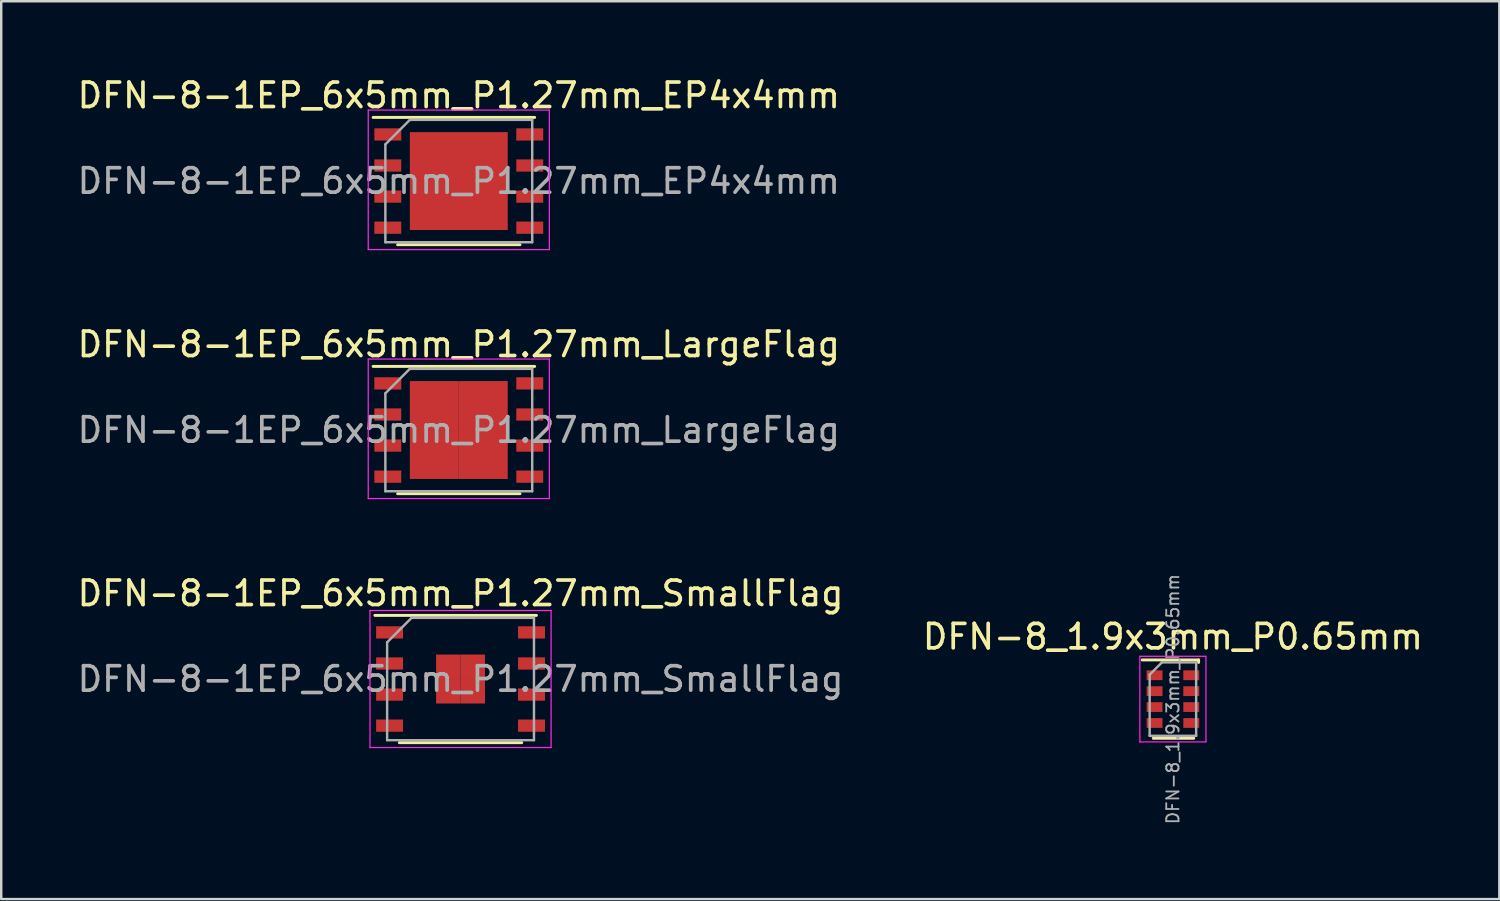
<source format=kicad_pcb>
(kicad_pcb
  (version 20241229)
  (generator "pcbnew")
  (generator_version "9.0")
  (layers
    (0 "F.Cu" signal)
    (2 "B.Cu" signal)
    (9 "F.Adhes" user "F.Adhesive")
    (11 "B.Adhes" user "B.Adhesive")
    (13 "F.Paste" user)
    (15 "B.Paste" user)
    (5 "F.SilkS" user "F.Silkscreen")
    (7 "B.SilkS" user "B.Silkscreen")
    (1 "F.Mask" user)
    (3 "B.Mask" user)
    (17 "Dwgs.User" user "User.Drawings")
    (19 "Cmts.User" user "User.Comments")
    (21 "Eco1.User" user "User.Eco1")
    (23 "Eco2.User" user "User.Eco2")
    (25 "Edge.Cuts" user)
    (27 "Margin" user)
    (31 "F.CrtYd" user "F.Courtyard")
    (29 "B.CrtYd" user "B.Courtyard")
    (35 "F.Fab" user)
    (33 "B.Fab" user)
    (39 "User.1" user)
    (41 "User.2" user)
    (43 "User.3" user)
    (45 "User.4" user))
  (footprint "DFN-8_1.9x3mm_P0.65mm"
    (layer "F.Cu")
    (at 44.875 25.516)
    (property "Reference" "DFN-8_1.9x3mm_P0.65mm" (at 0 -2.55 0) (layer "F.SilkS") (effects (font (size 1 1) (thickness 0.15))))
    (attr smd)
    (fp_line (start -1.25 -1.6) (end 1.05 -1.6) (stroke (width 0.12) (type solid)) (layer "F.SilkS"))
    (fp_line (start -0.8 1.6) (end 0.85 1.6) (stroke (width 0.12) (type solid)) (layer "F.SilkS"))
    (fp_line (start 1.05 -1.6) (end 1.05 -1.5) (stroke (width 0.12) (type solid)) (layer "F.SilkS"))
    (fp_line (start -1.35 -1.75) (end -1.35 1.75) (stroke (width 0.05) (type solid)) (layer "F.CrtYd"))
    (fp_line (start -1.35 -1.75) (end 1.35 -1.75) (stroke (width 0.05) (type solid)) (layer "F.CrtYd"))
    (fp_line (start -1.35 1.75) (end 1.35 1.75) (stroke (width 0.05) (type solid)) (layer "F.CrtYd"))
    (fp_line (start 1.35 -1.75) (end 1.35 1.75) (stroke (width 0.05) (type solid)) (layer "F.CrtYd"))
    (fp_line (start -0.95 -1) (end -0.45 -1.5) (stroke (width 0.1) (type solid)) (layer "F.Fab"))
    (fp_line (start -0.95 1.5) (end -0.95 -1) (stroke (width 0.1) (type solid)) (layer "F.Fab"))
    (fp_line (start -0.45 -1.5) (end 0.95 -1.5) (stroke (width 0.1) (type solid)) (layer "F.Fab"))
    (fp_line (start 0.95 -1.5) (end 0.95 1.5) (stroke (width 0.1) (type solid)) (layer "F.Fab"))
    (fp_line (start 0.95 1.5) (end -0.95 1.5) (stroke (width 0.1) (type solid)) (layer "F.Fab"))
    (fp_text user "${REFERENCE}" (at 0 0 90) (layer "F.Fab") (effects (font (size 0.5 0.5) (thickness 0.075))))
    (pad "1" smd rect (at -0.75 -0.975) (size 0.65 0.4) (layers "F.Cu" "F.Mask" "F.Paste"))
    (pad "2" smd rect (at -0.75 -0.325) (size 0.65 0.4) (layers "F.Cu" "F.Mask" "F.Paste"))
    (pad "3" smd rect (at -0.75 0.325) (size 0.65 0.4) (layers "F.Cu" "F.Mask" "F.Paste"))
    (pad "4" smd rect (at -0.75 0.975) (size 0.65 0.4) (layers "F.Cu" "F.Mask" "F.Paste"))
    (pad "5" smd rect (at 0.75 0.975) (size 0.65 0.4) (layers "F.Cu" "F.Mask" "F.Paste"))
    (pad "6" smd rect (at 0.75 0.325) (size 0.65 0.4) (layers "F.Cu" "F.Mask" "F.Paste"))
    (pad "7" smd rect (at 0.75 -0.325) (size 0.65 0.4) (layers "F.Cu" "F.Mask" "F.Paste"))
    (pad "8" smd rect (at 0.75 -0.975) (size 0.65 0.4) (layers "F.Cu" "F.Mask" "F.Paste")))
  (footprint "DFN-8-1EP_6x5mm_P1.27mm_LargeFlag"
    (layer "F.Cu")
    (at 15.696 14.521)
    (property "Reference" "DFN-8-1EP_6x5mm_P1.27mm_LargeFlag" (at 0 -3.5 0) (layer "F.SilkS") (effects (font (size 1 1) (thickness 0.15))))
    (attr smd)
    (fp_line (start -3.5 -2.6) (end 3.1 -2.6) (stroke (width 0.12) (type solid)) (layer "F.SilkS"))
    (fp_line (start -2.5 2.6) (end 2.5 2.6) (stroke (width 0.12) (type solid)) (layer "F.SilkS"))
    (fp_line (start -3.7 -2.9) (end 3.7 -2.9) (stroke (width 0.05) (type solid)) (layer "F.CrtYd"))
    (fp_line (start -3.7 2.8) (end -3.7 -2.9) (stroke (width 0.05) (type solid)) (layer "F.CrtYd"))
    (fp_line (start 3.7 -2.9) (end 3.7 2.8) (stroke (width 0.05) (type solid)) (layer "F.CrtYd"))
    (fp_line (start 3.7 2.8) (end -3.7 2.8) (stroke (width 0.05) (type solid)) (layer "F.CrtYd"))
    (fp_line (start -3 2.5) (end -3 -1.5) (stroke (width 0.1) (type solid)) (layer "F.Fab"))
    (fp_line (start -2 -2.5) (end -3 -1.5) (stroke (width 0.1) (type solid)) (layer "F.Fab"))
    (fp_line (start -2 -2.5) (end 3 -2.5) (stroke (width 0.1) (type solid)) (layer "F.Fab"))
    (fp_line (start 3 -2.5) (end 3 2.5) (stroke (width 0.1) (type solid)) (layer "F.Fab"))
    (fp_line (start 3 2.5) (end -3 2.5) (stroke (width 0.1) (type solid)) (layer "F.Fab"))
    (fp_text user "${REFERENCE}" (at 0 0 0) (layer "F.Fab") (effects (font (size 1 1) (thickness 0.15))))
    (pad "1" smd rect (at -2.9 -1.905 270) (size 0.5 1.1) (layers "F.Cu" "F.Mask" "F.Paste"))
    (pad "2" smd rect (at -2.9 -0.635 270) (size 0.5 1.1) (layers "F.Cu" "F.Mask" "F.Paste"))
    (pad "3" smd rect (at -2.9 0.635 270) (size 0.5 1.1) (layers "F.Cu" "F.Mask" "F.Paste"))
    (pad "4" smd rect (at -2.9 1.905 270) (size 0.5 1.1) (layers "F.Cu" "F.Mask" "F.Paste"))
    (pad "5" smd rect (at 2.9 1.905 270) (size 0.5 1.1) (layers "F.Cu" "F.Mask" "F.Paste"))
    (pad "6" smd rect (at 2.9 0.635 270) (size 0.5 1.1) (layers "F.Cu" "F.Mask" "F.Paste"))
    (pad "7" smd rect (at 2.9 -0.635 270) (size 0.5 1.1) (layers "F.Cu" "F.Mask" "F.Paste"))
    (pad "8" smd rect (at 2.9 -1.905 270) (size 0.5 1.1) (layers "F.Cu" "F.Mask" "F.Paste"))
    (pad "9" smd rect (at -1 -1 270) (size 2 2) (layers "F.Cu" "F.Mask" "F.Paste"))
    (pad "9" smd rect (at -1 1 270) (size 2 2) (layers "F.Cu" "F.Mask" "F.Paste"))
    (pad "9" smd rect (at 1 -1 270) (size 2 2) (layers "F.Cu" "F.Mask" "F.Paste"))
    (pad "9" smd rect (at 1 1 270) (size 2 2) (layers "F.Cu" "F.Mask" "F.Paste")))
  (footprint "DFN-8-1EP_6x5mm_P1.27mm_SmallFlag"
    (layer "F.Cu")
    (at 15.768 24.695)
    (property "Reference" "DFN-8-1EP_6x5mm_P1.27mm_SmallFlag" (at 0 -3.5 0) (layer "F.SilkS") (effects (font (size 1 1) (thickness 0.15))))
    (attr smd)
    (fp_line (start -3.5 -2.6) (end 3.1 -2.6) (stroke (width 0.12) (type solid)) (layer "F.SilkS"))
    (fp_line (start -2.5 2.6) (end 2.5 2.6) (stroke (width 0.12) (type solid)) (layer "F.SilkS"))
    (fp_line (start -3.7 -2.8) (end 3.7 -2.8) (stroke (width 0.05) (type solid)) (layer "F.CrtYd"))
    (fp_line (start -3.7 2.8) (end -3.7 -2.8) (stroke (width 0.05) (type solid)) (layer "F.CrtYd"))
    (fp_line (start 3.7 -2.8) (end 3.7 2.8) (stroke (width 0.05) (type solid)) (layer "F.CrtYd"))
    (fp_line (start 3.7 2.8) (end -3.7 2.8) (stroke (width 0.05) (type solid)) (layer "F.CrtYd"))
    (fp_line (start -3 2.5) (end -3 -1.5) (stroke (width 0.1) (type solid)) (layer "F.Fab"))
    (fp_line (start -2 -2.5) (end -3 -1.5) (stroke (width 0.1) (type solid)) (layer "F.Fab"))
    (fp_line (start -2 -2.5) (end 3 -2.5) (stroke (width 0.1) (type solid)) (layer "F.Fab"))
    (fp_line (start 3 -2.5) (end 3 2.5) (stroke (width 0.1) (type solid)) (layer "F.Fab"))
    (fp_line (start 3 2.5) (end -3 2.5) (stroke (width 0.1) (type solid)) (layer "F.Fab"))
    (fp_text user "${REFERENCE}" (at 0 0 0) (layer "F.Fab") (effects (font (size 1 1) (thickness 0.15))))
    (pad "1" smd rect (at -2.9 -1.905 270) (size 0.5 1.1) (layers "F.Cu" "F.Mask" "F.Paste"))
    (pad "2" smd rect (at -2.9 -0.635 270) (size 0.5 1.1) (layers "F.Cu" "F.Mask" "F.Paste"))
    (pad "3" smd rect (at -2.9 0.635 270) (size 0.5 1.1) (layers "F.Cu" "F.Mask" "F.Paste"))
    (pad "4" smd rect (at -2.9 1.905 270) (size 0.5 1.1) (layers "F.Cu" "F.Mask" "F.Paste"))
    (pad "5" smd rect (at 2.9 1.905 270) (size 0.5 1.1) (layers "F.Cu" "F.Mask" "F.Paste"))
    (pad "6" smd rect (at 2.9 0.635 270) (size 0.5 1.1) (layers "F.Cu" "F.Mask" "F.Paste"))
    (pad "7" smd rect (at 2.9 -0.635 270) (size 0.5 1.1) (layers "F.Cu" "F.Mask" "F.Paste"))
    (pad "8" smd rect (at 2.9 -1.905 270) (size 0.5 1.1) (layers "F.Cu" "F.Mask" "F.Paste"))
    (pad "9" smd rect (at -0.5 -0.5 270) (size 1 1) (layers "F.Cu" "F.Mask" "F.Paste"))
    (pad "9" smd rect (at -0.5 0.5 270) (size 1 1) (layers "F.Cu" "F.Mask" "F.Paste"))
    (pad "9" smd rect (at 0.5 -0.5 270) (size 1 1) (layers "F.Cu" "F.Mask" "F.Paste"))
    (pad "9" smd rect (at 0.5 0.5 270) (size 1 1) (layers "F.Cu" "F.Mask" "F.Paste")))
  (footprint "DFN-8-1EP_6x5mm_P1.27mm_EP4x4mm"
    (layer "F.Cu")
    (at 15.696 4.348)
    (property "Reference" "DFN-8-1EP_6x5mm_P1.27mm_EP4x4mm" (at 0 -3.5 0) (layer "F.SilkS") (effects (font (size 1 1) (thickness 0.15))))
    (attr smd)
    (fp_line (start -3.5 -2.6) (end 3.1 -2.6) (stroke (width 0.12) (type solid)) (layer "F.SilkS"))
    (fp_line (start -2.5 2.6) (end 2.5 2.6) (stroke (width 0.12) (type solid)) (layer "F.SilkS"))
    (fp_line (start -3.7 -2.9) (end 3.7 -2.9) (stroke (width 0.05) (type solid)) (layer "F.CrtYd"))
    (fp_line (start -3.7 2.8) (end -3.7 -2.9) (stroke (width 0.05) (type solid)) (layer "F.CrtYd"))
    (fp_line (start 3.7 -2.9) (end 3.7 2.8) (stroke (width 0.05) (type solid)) (layer "F.CrtYd"))
    (fp_line (start 3.7 2.8) (end -3.7 2.8) (stroke (width 0.05) (type solid)) (layer "F.CrtYd"))
    (fp_line (start -3 2.5) (end -3 -1.5) (stroke (width 0.1) (type solid)) (layer "F.Fab"))
    (fp_line (start -2 -2.5) (end -3 -1.5) (stroke (width 0.1) (type solid)) (layer "F.Fab"))
    (fp_line (start -2 -2.5) (end 3 -2.5) (stroke (width 0.1) (type solid)) (layer "F.Fab"))
    (fp_line (start 3 -2.5) (end 3 2.5) (stroke (width 0.1) (type solid)) (layer "F.Fab"))
    (fp_line (start 3 2.5) (end -3 2.5) (stroke (width 0.1) (type solid)) (layer "F.Fab"))
    (fp_text user "${REFERENCE}" (at 0 0 0) (layer "F.Fab") (effects (font (size 1 1) (thickness 0.15))))
    (pad "" smd rect (at -1.5 -1.5 270) (size 0.8 0.8) (layers "F.Paste"))
    (pad "" smd rect (at -1.5 -0.5 270) (size 0.8 0.8) (layers "F.Paste"))
    (pad "" smd rect (at -1.5 0.5 270) (size 0.8 0.8) (layers "F.Paste"))
    (pad "" smd rect (at -1.5 1.5 270) (size 0.8 0.8) (layers "F.Paste"))
    (pad "" smd rect (at -0.5 -1.5 270) (size 0.8 0.8) (layers "F.Paste"))
    (pad "" smd rect (at -0.5 -0.5 270) (size 0.8 0.8) (layers "F.Paste"))
    (pad "" smd rect (at -0.5 0.5 270) (size 0.8 0.8) (layers "F.Paste"))
    (pad "" smd rect (at -0.5 1.5 270) (size 0.8 0.8) (layers "F.Paste"))
    (pad "" smd rect (at 0.5 -1.5 270) (size 0.8 0.8) (layers "F.Paste"))
    (pad "" smd rect (at 0.5 -0.5 270) (size 0.8 0.8) (layers "F.Paste"))
    (pad "" smd rect (at 0.5 0.5 270) (size 0.8 0.8) (layers "F.Paste"))
    (pad "" smd rect (at 0.5 1.5 270) (size 0.8 0.8) (layers "F.Paste"))
    (pad "" smd rect (at 1.5 -1.5 270) (size 0.8 0.8) (layers "F.Paste"))
    (pad "" smd rect (at 1.5 -0.5 270) (size 0.8 0.8) (layers "F.Paste"))
    (pad "" smd rect (at 1.5 0.5 270) (size 0.8 0.8) (layers "F.Paste"))
    (pad "" smd rect (at 1.5 1.5 270) (size 0.8 0.8) (layers "F.Paste"))
    (pad "1" smd rect (at -2.9 -1.905 270) (size 0.5 1.1) (layers "F.Cu" "F.Mask" "F.Paste"))
    (pad "2" smd rect (at -2.9 -0.635 270) (size 0.5 1.1) (layers "F.Cu" "F.Mask" "F.Paste"))
    (pad "3" smd rect (at -2.9 0.635 270) (size 0.5 1.1) (layers "F.Cu" "F.Mask" "F.Paste"))
    (pad "4" smd rect (at -2.9 1.905 270) (size 0.5 1.1) (layers "F.Cu" "F.Mask" "F.Paste"))
    (pad "5" smd rect (at 2.9 1.905 270) (size 0.5 1.1) (layers "F.Cu" "F.Mask" "F.Paste"))
    (pad "6" smd rect (at 2.9 0.635 270) (size 0.5 1.1) (layers "F.Cu" "F.Mask" "F.Paste"))
    (pad "7" smd rect (at 2.9 -0.635 270) (size 0.5 1.1) (layers "F.Cu" "F.Mask" "F.Paste"))
    (pad "8" smd rect (at 2.9 -1.905 270) (size 0.5 1.1) (layers "F.Cu" "F.Mask" "F.Paste"))
    (pad "9" smd rect (at 0 0 270) (size 4 4) (layers "F.Cu" "F.Mask")))
  (gr_rect
    (start -3 -3)
    (end 58.214 33.686)
    (stroke (width 0.1) (type default))
    (fill no)
    (layer "Edge.Cuts")))
</source>
